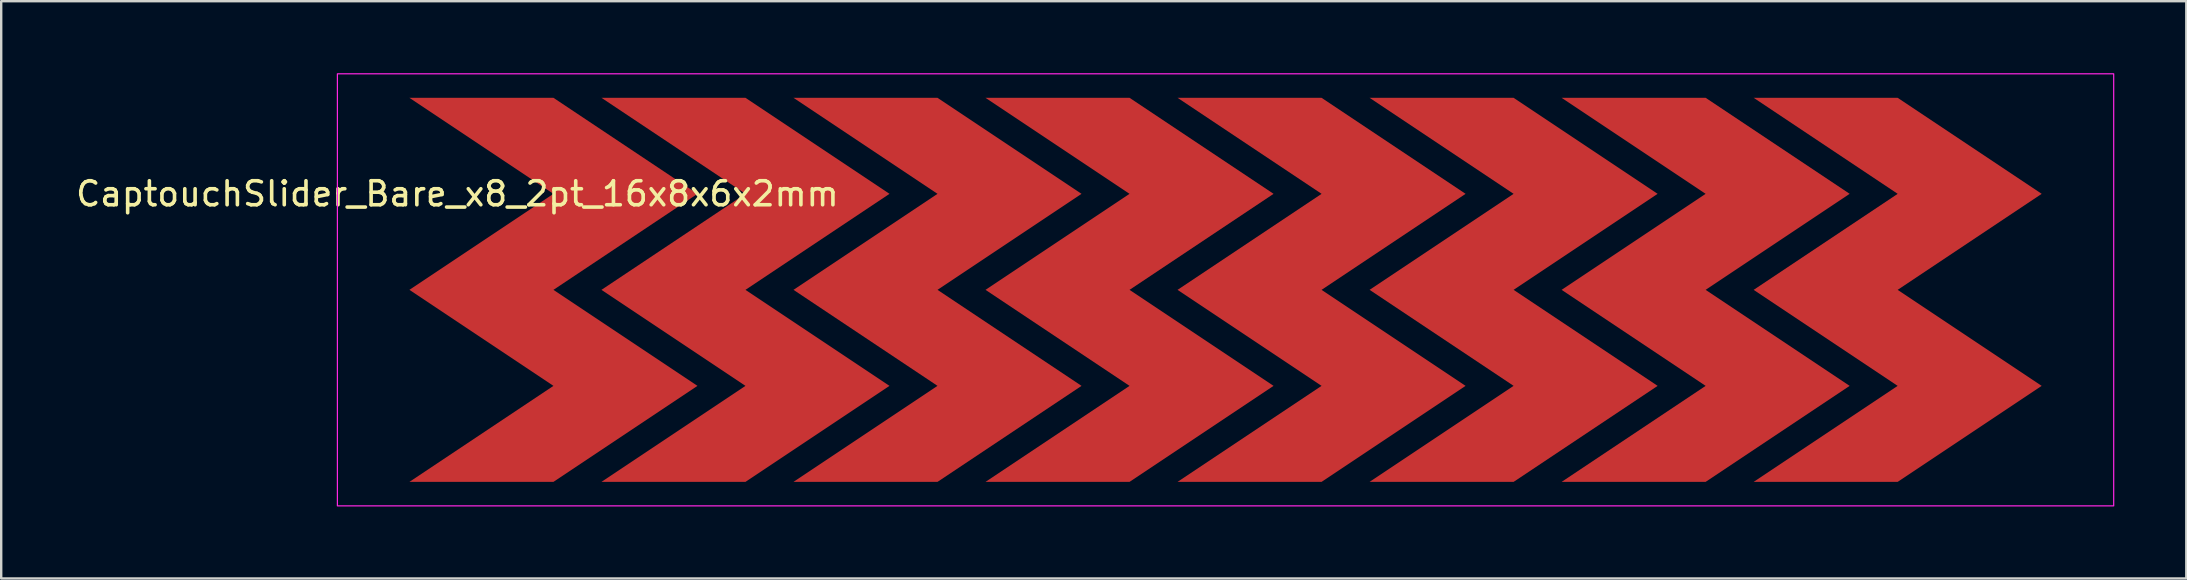
<source format=kicad_pcb>
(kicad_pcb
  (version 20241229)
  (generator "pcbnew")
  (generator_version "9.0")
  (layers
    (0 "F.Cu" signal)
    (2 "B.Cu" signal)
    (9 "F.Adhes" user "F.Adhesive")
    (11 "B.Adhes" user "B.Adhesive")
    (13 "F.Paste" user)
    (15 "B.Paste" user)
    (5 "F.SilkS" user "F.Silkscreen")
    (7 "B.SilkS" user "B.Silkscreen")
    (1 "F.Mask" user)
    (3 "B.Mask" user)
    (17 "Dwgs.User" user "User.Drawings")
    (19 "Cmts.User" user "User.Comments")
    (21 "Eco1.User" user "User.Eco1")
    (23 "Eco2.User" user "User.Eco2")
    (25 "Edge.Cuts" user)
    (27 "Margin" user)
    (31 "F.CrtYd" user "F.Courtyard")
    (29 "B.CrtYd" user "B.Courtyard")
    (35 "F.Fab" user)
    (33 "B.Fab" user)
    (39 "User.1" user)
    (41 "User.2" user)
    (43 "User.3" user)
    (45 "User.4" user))
  (footprint "CaptouchSlider_Bare_x8_2pt_16x8x6x2mm"
    (layer "F.Cu")
    (at 14.006 9.025)
    (property "Reference" "CaptouchSlider_Bare_x8_2pt_16x8x6x2mm" (at 2 -4 0) (layer "F.SilkS") (effects (font (size 1 1) (thickness 0.15))))
    (attr exclude_from_pos_files exclude_from_bom)
    (fp_poly (pts (xy 70 -4) (xy 70 0) (xy 70 4) (xy 70 8) (xy -2 8) (xy -2 4) (xy -2 0) (xy -2 -4) (xy -2 -8) (xy 70 -8)) (stroke (width 2) (type solid)) (fill yes) (layer "F.Mask"))
    (fp_rect (start -3 -9) (end 71 9) (stroke (width 0.05) (type solid)) (fill no) (layer "F.CrtYd"))
    (pad "1" smd custom (at 13 0) (size 1.8 1.8) (layers "F.Cu") (options (anchor circle)) (primitives (gr_poly (pts (xy 7 -4) (xy 1 0) (xy 7 4) (xy 1 8) (xy -5 8) (xy 1 4) (xy -5 0) (xy 1 -4) (xy -5 -8) (xy 1 -8)) (width 0) (fill yes))))
    (pad "2" smd custom (at 21 0) (size 1.8 1.8) (layers "F.Cu") (options (anchor circle)) (primitives (gr_poly (pts (xy 7 -4) (xy 1 0) (xy 7 4) (xy 1 8) (xy -5 8) (xy 1 4) (xy -5 0) (xy 1 -4) (xy -5 -8) (xy 1 -8)) (width 0) (fill yes))))
    (pad "3" smd custom (at 29 0) (size 1.8 1.8) (layers "F.Cu") (options (anchor circle)) (primitives (gr_poly (pts (xy 7 -4) (xy 1 0) (xy 7 4) (xy 1 8) (xy -5 8) (xy 1 4) (xy -5 0) (xy 1 -4) (xy -5 -8) (xy 1 -8)) (width 0) (fill yes))))
    (pad "4" smd custom (at 37 0) (size 1.8 1.8) (layers "F.Cu") (options (anchor circle)) (primitives (gr_poly (pts (xy 7 -4) (xy 1 0) (xy 7 4) (xy 1 8) (xy -5 8) (xy 1 4) (xy -5 0) (xy 1 -4) (xy -5 -8) (xy 1 -8)) (width 0) (fill yes))))
    (pad "5" smd custom (at 45 0) (size 1.8 1.8) (layers "F.Cu") (options (anchor circle)) (primitives (gr_poly (pts (xy 7 -4) (xy 1 0) (xy 7 4) (xy 1 8) (xy -5 8) (xy 1 4) (xy -5 0) (xy 1 -4) (xy -5 -8) (xy 1 -8)) (width 0) (fill yes))))
    (pad "6" smd custom (at 53 0) (size 1.8 1.8) (layers "F.Cu") (options (anchor circle)) (primitives (gr_poly (pts (xy 7 -4) (xy 1 0) (xy 7 4) (xy 1 8) (xy -5 8) (xy 1 4) (xy -5 0) (xy 1 -4) (xy -5 -8) (xy 1 -8)) (width 0) (fill yes))))
    (pad "7" smd custom (at 61 0) (size 1.8 1.8) (layers "F.Cu") (options (anchor circle)) (primitives (gr_poly (pts (xy 7 -4) (xy 1 0) (xy 7 4) (xy 1 8) (xy -5 8) (xy 1 4) (xy -5 0) (xy 1 -4) (xy -5 -8) (xy 1 -8)) (width 0) (fill yes))))
    (pad "8" smd custom (at 5 0) (size 1.8 1.8) (layers "F.Cu") (options (anchor circle)) (primitives (gr_poly (pts (xy 7 -4) (xy 1 0) (xy 7 4) (xy 1 8) (xy -5 8) (xy 1 4) (xy -5 0) (xy 1 -4) (xy -5 -8) (xy 1 -8)) (width 0) (fill yes))))
    (zone (net_name "") (layers "F.Cu" "B.Cu") (hatch edge 0.508) (connect_pads) (min_thickness 0.254) (filled_areas_thickness no) (keepout (tracks not_allowed) (vias not_allowed) (pads not_allowed) (copperpour not_allowed) (footprints not_allowed)) (placement (enabled no)) (fill) (polygon (pts (xy 20.006 5.025) (xy 14.006 9.025) (xy 20.006 13.025) (xy 14.006 17.025) (xy 12.006 17.025) (xy 18.006 13.025) (xy 12.006 9.025) (xy 18.006 5.025) (xy 12.006 1.025) (xy 14.006 1.025))))
    (zone (net_name "") (layers "F.Cu" "B.Cu") (hatch edge 0.508) (connect_pads) (min_thickness 0.254) (filled_areas_thickness no) (keepout (tracks not_allowed) (vias not_allowed) (pads not_allowed) (copperpour not_allowed) (footprints not_allowed)) (placement (enabled no)) (fill) (polygon (pts (xy 28.006 5.025) (xy 22.006 9.025) (xy 28.006 13.025) (xy 22.006 17.025) (xy 20.006 17.025) (xy 26.006 13.025) (xy 20.006 9.025) (xy 26.006 5.025) (xy 20.006 1.025) (xy 22.006 1.025))))
    (zone (net_name "") (layers "F.Cu" "B.Cu") (hatch edge 0.508) (connect_pads) (min_thickness 0.254) (filled_areas_thickness no) (keepout (tracks not_allowed) (vias not_allowed) (pads not_allowed) (copperpour not_allowed) (footprints not_allowed)) (placement (enabled no)) (fill) (polygon (pts (xy 36.006 5.025) (xy 30.006 9.025) (xy 36.006 13.025) (xy 30.006 17.025) (xy 28.006 17.025) (xy 34.006 13.025) (xy 28.006 9.025) (xy 34.006 5.025) (xy 28.006 1.025) (xy 30.006 1.025))))
    (zone (net_name "") (layers "F.Cu" "B.Cu") (hatch edge 0.508) (connect_pads) (min_thickness 0.254) (filled_areas_thickness no) (keepout (tracks not_allowed) (vias not_allowed) (pads not_allowed) (copperpour not_allowed) (footprints not_allowed)) (placement (enabled no)) (fill) (polygon (pts (xy 44.006 5.025) (xy 38.006 9.025) (xy 44.006 13.025) (xy 38.006 17.025) (xy 36.006 17.025) (xy 42.006 13.025) (xy 36.006 9.025) (xy 42.006 5.025) (xy 36.006 1.025) (xy 38.006 1.025))))
    (zone (net_name "") (layers "F.Cu" "B.Cu") (hatch edge 0.508) (connect_pads) (min_thickness 0.254) (filled_areas_thickness no) (keepout (tracks not_allowed) (vias not_allowed) (pads not_allowed) (copperpour not_allowed) (footprints not_allowed)) (placement (enabled no)) (fill) (polygon (pts (xy 52.006 5.025) (xy 46.006 9.025) (xy 52.006 13.025) (xy 46.006 17.025) (xy 44.006 17.025) (xy 50.006 13.025) (xy 44.006 9.025) (xy 50.006 5.025) (xy 44.006 1.025) (xy 46.006 1.025))))
    (zone (net_name "") (layers "F.Cu" "B.Cu") (hatch edge 0.508) (connect_pads) (min_thickness 0.254) (filled_areas_thickness no) (keepout (tracks not_allowed) (vias not_allowed) (pads not_allowed) (copperpour not_allowed) (footprints not_allowed)) (placement (enabled no)) (fill) (polygon (pts (xy 60.006 5.025) (xy 54.006 9.025) (xy 60.006 13.025) (xy 54.006 17.025) (xy 52.006 17.025) (xy 58.006 13.025) (xy 52.006 9.025) (xy 58.006 5.025) (xy 52.006 1.025) (xy 54.006 1.025))))
    (zone (net_name "") (layers "F.Cu" "B.Cu") (hatch edge 0.508) (connect_pads) (min_thickness 0.254) (filled_areas_thickness no) (keepout (tracks not_allowed) (vias not_allowed) (pads not_allowed) (copperpour not_allowed) (footprints not_allowed)) (placement (enabled no)) (fill) (polygon (pts (xy 68.006 5.025) (xy 62.006 9.025) (xy 68.006 13.025) (xy 62.006 17.025) (xy 60.006 17.025) (xy 66.006 13.025) (xy 60.006 9.025) (xy 66.006 5.025) (xy 60.006 1.025) (xy 62.006 1.025))))
    (zone (net_name "") (layers "F.Cu" "B.Cu") (hatch edge 0.508) (connect_pads) (min_thickness 0.254) (filled_areas_thickness no) (keepout (tracks not_allowed) (vias not_allowed) (pads not_allowed) (copperpour not_allowed) (footprints not_allowed)) (placement (enabled no)) (fill) (polygon (pts (xy 76.006 5.025) (xy 70.006 9.025) (xy 76.006 13.025) (xy 70.006 17.025) (xy 68.006 17.025) (xy 74.006 13.025) (xy 68.006 9.025) (xy 74.006 5.025) (xy 68.006 1.025) (xy 70.006 1.025))))
    (zone (net_name "") (layers "F.Cu" "B.Cu") (hatch edge 0.508) (connect_pads) (min_thickness 0.254) (filled_areas_thickness no) (keepout (tracks not_allowed) (vias not_allowed) (pads not_allowed) (copperpour not_allowed) (footprints not_allowed)) (placement (enabled no)) (fill) (polygon (pts (xy 84.006 5.025) (xy 78.006 9.025) (xy 84.006 13.025) (xy 78.006 17.025) (xy 76.006 17.025) (xy 82.006 13.025) (xy 76.006 9.025) (xy 82.006 5.025) (xy 76.006 1.025) (xy 78.006 1.025)))))
  (gr_rect
    (start -3 -3)
    (end 88.031 21.05)
    (stroke (width 0.1) (type default))
    (fill no)
    (layer "Edge.Cuts")))
</source>
